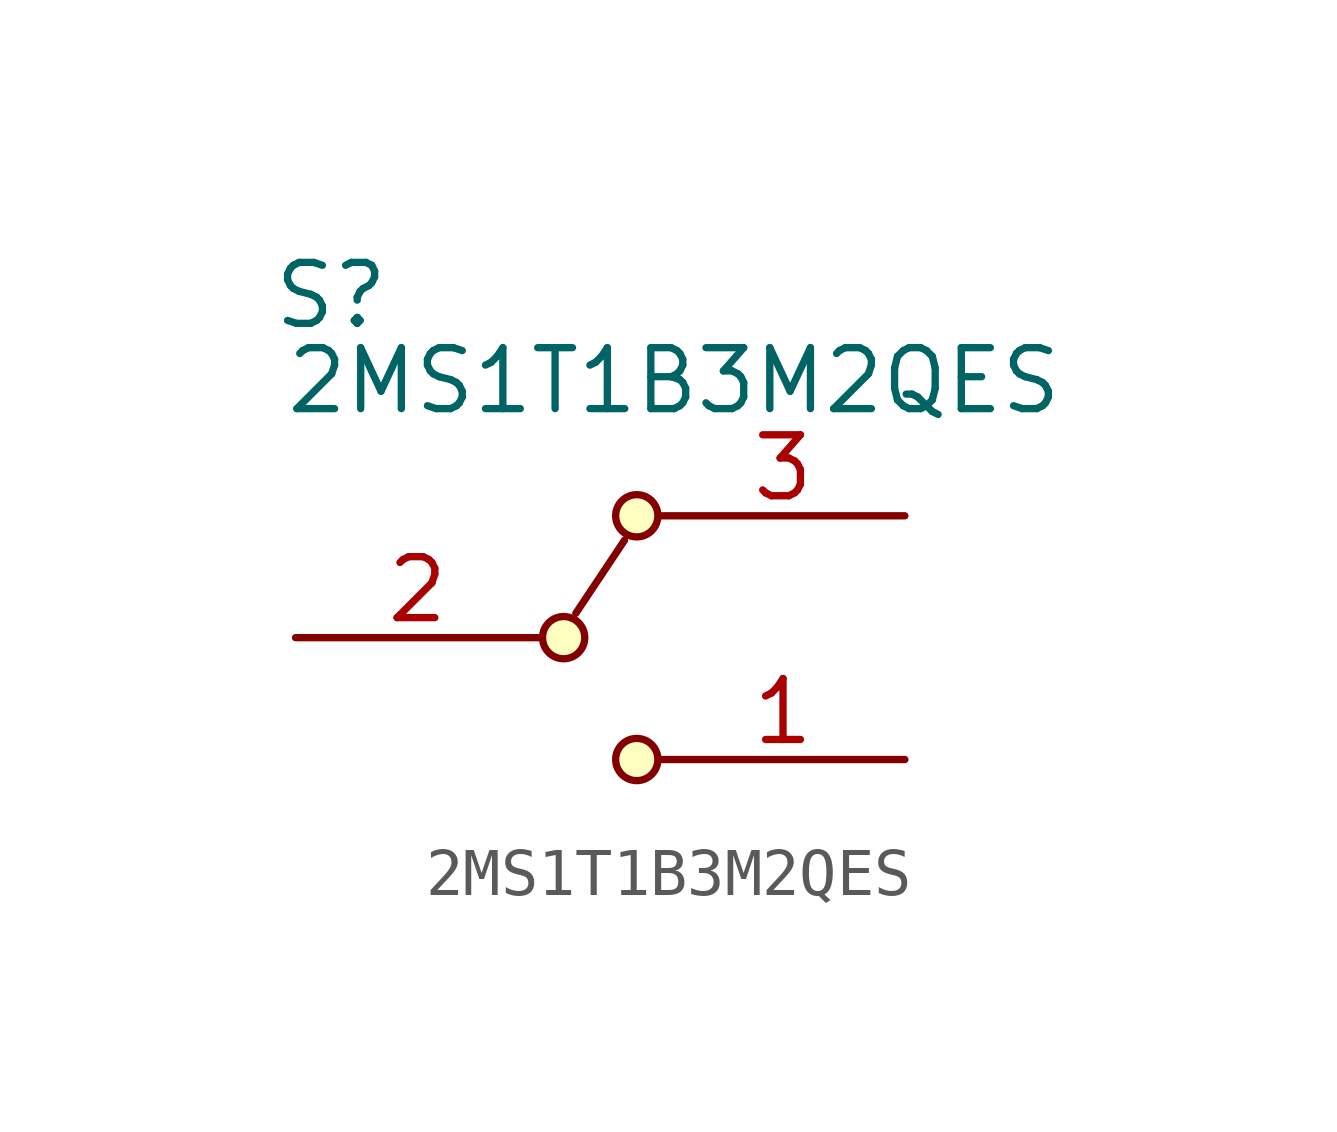
<source format=kicad_sym>
(kicad_symbol_lib
  (version 20231120)
  (generator "kicad_symbol_editor")
  (generator_version "8.0")
  (symbol "2MS1T1B3M2QES"
    (property "Reference" "S"
      (at -0.508 7.874 0)
      (effects (font (size 1.27 1.27)) (justify left top)))
    (property "Value" "2MS1T1B3M2QES"
      (at -0.254 6.096 0)
      (effects (font (size 1.27 1.27)) (justify left top)))
    (symbol "2MS1T1B3M2QES_1_1"
      (polyline (pts (xy 5.842 0.508) (xy 6.858 2.032)) (stroke (width 0) (type default)) (fill (type none)))
      (circle (center 5.588 0) (radius 0.44) (stroke (width 0) (type default)) (fill (type background)))
      (circle (center 7.112 -2.54) (radius 0.44) (stroke (width 0) (type default)) (fill (type background)))
      (circle (center 7.112 2.54) (radius 0.44) (stroke (width 0) (type default)) (fill (type background)))
      (pin passive line (at 12.7 -2.54 180) (length 5.08) (name "" (effects (font (size 1.27 1.27)))) (number "1" (effects (font (size 1.27 1.27)))))
      (pin passive line (at 0 0 0) (length 5.08) (name "" (effects (font (size 1.27 1.27)))) (number "2" (effects (font (size 1.27 1.27)))))
      (pin passive line (at 12.7 2.54 180) (length 5.08) (name "" (effects (font (size 1.27 1.27)))) (number "3" (effects (font (size 1.27 1.27))))))))
</source>
